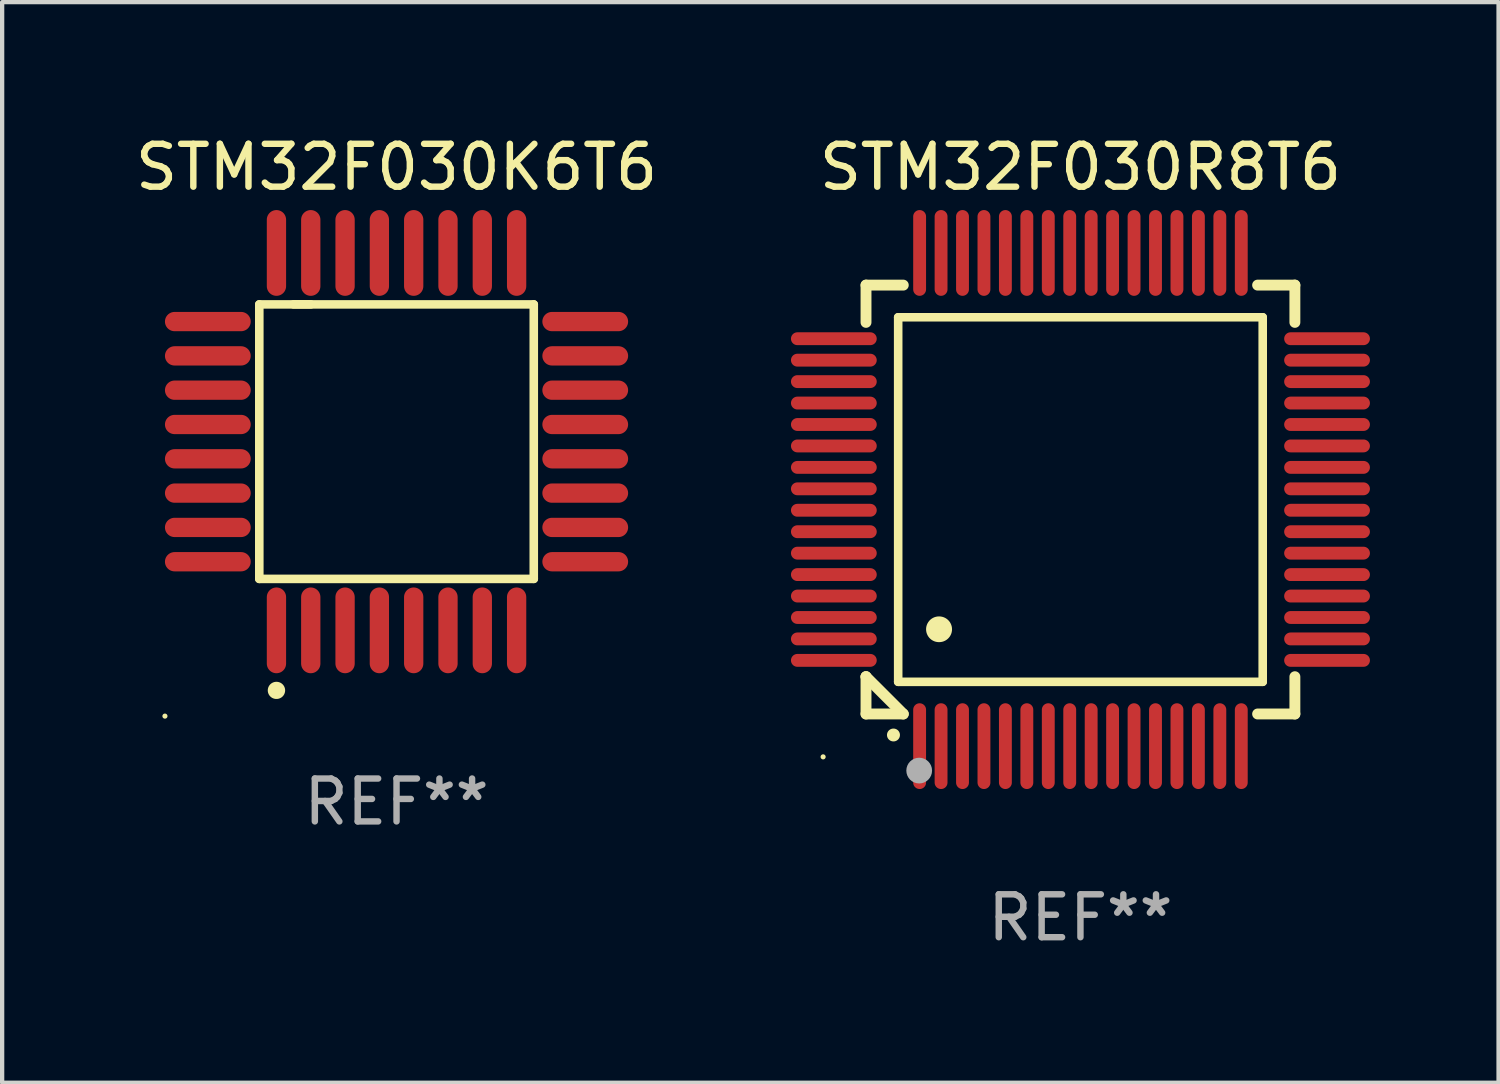
<source format=kicad_pcb>
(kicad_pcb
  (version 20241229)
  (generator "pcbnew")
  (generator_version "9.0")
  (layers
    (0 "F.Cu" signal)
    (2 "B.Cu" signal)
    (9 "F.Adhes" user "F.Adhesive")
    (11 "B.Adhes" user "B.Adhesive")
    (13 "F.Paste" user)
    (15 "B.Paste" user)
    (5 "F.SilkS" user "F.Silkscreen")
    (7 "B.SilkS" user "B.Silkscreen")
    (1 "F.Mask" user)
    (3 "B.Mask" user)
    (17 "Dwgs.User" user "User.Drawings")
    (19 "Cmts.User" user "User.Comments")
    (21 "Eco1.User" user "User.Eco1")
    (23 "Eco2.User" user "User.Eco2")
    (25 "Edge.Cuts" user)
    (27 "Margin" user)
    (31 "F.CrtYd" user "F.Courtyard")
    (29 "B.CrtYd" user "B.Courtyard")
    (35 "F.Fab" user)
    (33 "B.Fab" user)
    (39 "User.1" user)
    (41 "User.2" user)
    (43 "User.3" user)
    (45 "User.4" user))
  (footprint "STM32F030R8T6"
    (layer "F.Cu")
    (at 22.143 8.598)
    (property "Reference" "STM32F030R8T6" (at 0 -7.75 0) (layer "F.SilkS") (effects (font (size 1 1) (thickness 0.15))))
    (attr through_hole)
    (fp_line (start -5 -5) (end -4.131 -5) (stroke (width 0.254) (type solid)) (layer "F.SilkS"))
    (fp_line (start -5 -4.131) (end -5 -5) (stroke (width 0.254) (type solid)) (layer "F.SilkS"))
    (fp_line (start -5 4.131) (end -5 4.131) (stroke (width 0.254) (type solid)) (layer "F.SilkS"))
    (fp_line (start -5 5) (end -5 4.131) (stroke (width 0.254) (type solid)) (layer "F.SilkS"))
    (fp_line (start -5 4.131) (end -4.131 5) (stroke (width 0.254) (type solid)) (layer "F.SilkS"))
    (fp_line (start -4.25 -4.25) (end -4.25 4.25) (stroke (width 0.2) (type solid)) (layer "F.SilkS"))
    (fp_line (start -4.25 4.25) (end 4.25 4.25) (stroke (width 0.2) (type solid)) (layer "F.SilkS"))
    (fp_line (start -4.131 5) (end -5 5) (stroke (width 0.254) (type solid)) (layer "F.SilkS"))
    (fp_line (start 4.25 -4.25) (end -4.25 -4.25) (stroke (width 0.2) (type solid)) (layer "F.SilkS"))
    (fp_line (start 4.25 4.25) (end 4.25 -4.25) (stroke (width 0.2) (type solid)) (layer "F.SilkS"))
    (fp_line (start 5 -5) (end 4.131 -5) (stroke (width 0.254) (type solid)) (layer "F.SilkS"))
    (fp_line (start 5 -5) (end 5 -4.131) (stroke (width 0.254) (type solid)) (layer "F.SilkS"))
    (fp_line (start 5 4.131) (end 5 5) (stroke (width 0.254) (type solid)) (layer "F.SilkS"))
    (fp_line (start 5 5) (end 4.131 5) (stroke (width 0.254) (type solid)) (layer "F.SilkS"))
    (fp_arc (start -4.361265 5.489992) (mid -4.359995 5.489987) (end -4.358725 5.489992) (stroke (width 0.3) (type solid)) (layer "F.SilkS"))
    (fp_arc (start -3.299467 3.025146) (mid -3.296927 3.025135) (end -3.294387 3.025146) (stroke (width 0.6) (type solid)) (layer "F.SilkS"))
    (fp_circle (center -6 6) (end -5.97 6) (stroke (width 0.06) (type solid)) (fill no) (layer "F.SilkS"))
    (fp_circle (center -3.76 6.32) (end -3.61 6.32) (stroke (width 0.3) (type solid)) (fill no) (layer "F.Fab"))
    (fp_text user "REF**" (at 0 9.75 0) (layer "F.Fab") (effects (font (size 1 1) (thickness 0.15))))
    (pad "1" smd oval (at -3.75 5.75) (size 0.3 2) (layers "F.Cu" "F.Mask" "F.Paste"))
    (pad "2" smd oval (at -3.25 5.75) (size 0.3 2) (layers "F.Cu" "F.Mask" "F.Paste"))
    (pad "3" smd oval (at -2.75 5.75) (size 0.3 2) (layers "F.Cu" "F.Mask" "F.Paste"))
    (pad "4" smd oval (at -2.25 5.75) (size 0.3 2) (layers "F.Cu" "F.Mask" "F.Paste"))
    (pad "5" smd oval (at -1.75 5.75) (size 0.3 2) (layers "F.Cu" "F.Mask" "F.Paste"))
    (pad "6" smd oval (at -1.25 5.75) (size 0.3 2) (layers "F.Cu" "F.Mask" "F.Paste"))
    (pad "7" smd oval (at -0.75 5.75) (size 0.3 2) (layers "F.Cu" "F.Mask" "F.Paste"))
    (pad "8" smd oval (at -0.25 5.75) (size 0.3 2) (layers "F.Cu" "F.Mask" "F.Paste"))
    (pad "9" smd oval (at 0.25 5.75) (size 0.3 2) (layers "F.Cu" "F.Mask" "F.Paste"))
    (pad "10" smd oval (at 0.75 5.75) (size 0.3 2) (layers "F.Cu" "F.Mask" "F.Paste"))
    (pad "11" smd oval (at 1.25 5.75) (size 0.3 2) (layers "F.Cu" "F.Mask" "F.Paste"))
    (pad "12" smd oval (at 1.75 5.75) (size 0.3 2) (layers "F.Cu" "F.Mask" "F.Paste"))
    (pad "13" smd oval (at 2.25 5.75) (size 0.3 2) (layers "F.Cu" "F.Mask" "F.Paste"))
    (pad "14" smd oval (at 2.75 5.75) (size 0.3 2) (layers "F.Cu" "F.Mask" "F.Paste"))
    (pad "15" smd oval (at 3.25 5.75) (size 0.3 2) (layers "F.Cu" "F.Mask" "F.Paste"))
    (pad "16" smd oval (at 3.75 5.75) (size 0.3 2) (layers "F.Cu" "F.Mask" "F.Paste"))
    (pad "17" smd oval (at 5.75 3.75) (size 2 0.3) (layers "F.Cu" "F.Mask" "F.Paste"))
    (pad "18" smd oval (at 5.75 3.25) (size 2 0.3) (layers "F.Cu" "F.Mask" "F.Paste"))
    (pad "19" smd oval (at 5.75 2.75) (size 2 0.3) (layers "F.Cu" "F.Mask" "F.Paste"))
    (pad "20" smd oval (at 5.75 2.25) (size 2 0.3) (layers "F.Cu" "F.Mask" "F.Paste"))
    (pad "21" smd oval (at 5.75 1.75) (size 2 0.3) (layers "F.Cu" "F.Mask" "F.Paste"))
    (pad "22" smd oval (at 5.75 1.25) (size 2 0.3) (layers "F.Cu" "F.Mask" "F.Paste"))
    (pad "23" smd oval (at 5.75 0.75) (size 2 0.3) (layers "F.Cu" "F.Mask" "F.Paste"))
    (pad "24" smd oval (at 5.75 0.25) (size 2 0.3) (layers "F.Cu" "F.Mask" "F.Paste"))
    (pad "25" smd oval (at 5.75 -0.25) (size 2 0.3) (layers "F.Cu" "F.Mask" "F.Paste"))
    (pad "26" smd oval (at 5.75 -0.75) (size 2 0.3) (layers "F.Cu" "F.Mask" "F.Paste"))
    (pad "27" smd oval (at 5.75 -1.25) (size 2 0.3) (layers "F.Cu" "F.Mask" "F.Paste"))
    (pad "28" smd oval (at 5.75 -1.75) (size 2 0.3) (layers "F.Cu" "F.Mask" "F.Paste"))
    (pad "29" smd oval (at 5.75 -2.25) (size 2 0.3) (layers "F.Cu" "F.Mask" "F.Paste"))
    (pad "30" smd oval (at 5.75 -2.75) (size 2 0.3) (layers "F.Cu" "F.Mask" "F.Paste"))
    (pad "31" smd oval (at 5.75 -3.25) (size 2 0.3) (layers "F.Cu" "F.Mask" "F.Paste"))
    (pad "32" smd oval (at 5.75 -3.75) (size 2 0.3) (layers "F.Cu" "F.Mask" "F.Paste"))
    (pad "33" smd oval (at 3.75 -5.75) (size 0.3 2) (layers "F.Cu" "F.Mask" "F.Paste"))
    (pad "34" smd oval (at 3.25 -5.75) (size 0.3 2) (layers "F.Cu" "F.Mask" "F.Paste"))
    (pad "35" smd oval (at 2.75 -5.75) (size 0.3 2) (layers "F.Cu" "F.Mask" "F.Paste"))
    (pad "36" smd oval (at 2.25 -5.75) (size 0.3 2) (layers "F.Cu" "F.Mask" "F.Paste"))
    (pad "37" smd oval (at 1.75 -5.75) (size 0.3 2) (layers "F.Cu" "F.Mask" "F.Paste"))
    (pad "38" smd oval (at 1.25 -5.75) (size 0.3 2) (layers "F.Cu" "F.Mask" "F.Paste"))
    (pad "39" smd oval (at 0.75 -5.75) (size 0.3 2) (layers "F.Cu" "F.Mask" "F.Paste"))
    (pad "40" smd oval (at 0.25 -5.75) (size 0.3 2) (layers "F.Cu" "F.Mask" "F.Paste"))
    (pad "41" smd oval (at -0.25 -5.75) (size 0.3 2) (layers "F.Cu" "F.Mask" "F.Paste"))
    (pad "42" smd oval (at -0.75 -5.75) (size 0.3 2) (layers "F.Cu" "F.Mask" "F.Paste"))
    (pad "43" smd oval (at -1.25 -5.75) (size 0.3 2) (layers "F.Cu" "F.Mask" "F.Paste"))
    (pad "44" smd oval (at -1.75 -5.75) (size 0.3 2) (layers "F.Cu" "F.Mask" "F.Paste"))
    (pad "45" smd oval (at -2.25 -5.75) (size 0.3 2) (layers "F.Cu" "F.Mask" "F.Paste"))
    (pad "46" smd oval (at -2.75 -5.75) (size 0.3 2) (layers "F.Cu" "F.Mask" "F.Paste"))
    (pad "47" smd oval (at -3.25 -5.75) (size 0.3 2) (layers "F.Cu" "F.Mask" "F.Paste"))
    (pad "48" smd oval (at -3.75 -5.75) (size 0.3 2) (layers "F.Cu" "F.Mask" "F.Paste"))
    (pad "49" smd oval (at -5.75 -3.75) (size 2 0.3) (layers "F.Cu" "F.Mask" "F.Paste"))
    (pad "50" smd oval (at -5.75 -3.25) (size 2 0.3) (layers "F.Cu" "F.Mask" "F.Paste"))
    (pad "51" smd oval (at -5.75 -2.75) (size 2 0.3) (layers "F.Cu" "F.Mask" "F.Paste"))
    (pad "52" smd oval (at -5.75 -2.25) (size 2 0.3) (layers "F.Cu" "F.Mask" "F.Paste"))
    (pad "53" smd oval (at -5.75 -1.75) (size 2 0.3) (layers "F.Cu" "F.Mask" "F.Paste"))
    (pad "54" smd oval (at -5.75 -1.25) (size 2 0.3) (layers "F.Cu" "F.Mask" "F.Paste"))
    (pad "55" smd oval (at -5.75 -0.75) (size 2 0.3) (layers "F.Cu" "F.Mask" "F.Paste"))
    (pad "56" smd oval (at -5.75 -0.25) (size 2 0.3) (layers "F.Cu" "F.Mask" "F.Paste"))
    (pad "57" smd oval (at -5.75 0.25) (size 2 0.3) (layers "F.Cu" "F.Mask" "F.Paste"))
    (pad "58" smd oval (at -5.75 0.75) (size 2 0.3) (layers "F.Cu" "F.Mask" "F.Paste"))
    (pad "59" smd oval (at -5.75 1.25) (size 2 0.3) (layers "F.Cu" "F.Mask" "F.Paste"))
    (pad "60" smd oval (at -5.75 1.75) (size 2 0.3) (layers "F.Cu" "F.Mask" "F.Paste"))
    (pad "61" smd oval (at -5.75 2.25) (size 2 0.3) (layers "F.Cu" "F.Mask" "F.Paste"))
    (pad "62" smd oval (at -5.75 2.75) (size 2 0.3) (layers "F.Cu" "F.Mask" "F.Paste"))
    (pad "63" smd oval (at -5.75 3.25) (size 2 0.3) (layers "F.Cu" "F.Mask" "F.Paste"))
    (pad "64" smd oval (at -5.75 3.75) (size 2 0.3) (layers "F.Cu" "F.Mask" "F.Paste")))
  (footprint "STM32F030K6T6"
    (layer "F.Cu")
    (at 6.196 7.248)
    (property "Reference" "STM32F030K6T6" (at 0 -6.4 0) (layer "F.SilkS") (effects (font (size 1 1) (thickness 0.15))))
    (attr through_hole)
    (fp_line (start -3.2 -3.2) (end -3.2 3.2) (stroke (width 0.2) (type solid)) (layer "F.SilkS"))
    (fp_line (start -3.2 3.2) (end 3.2 3.2) (stroke (width 0.2) (type solid)) (layer "F.SilkS"))
    (fp_line (start -2 -3.2) (end -3.2 -3.2) (stroke (width 0.2) (type solid)) (layer "F.SilkS"))
    (fp_line (start 3.2 -3.2) (end -2.4 -3.2) (stroke (width 0.2) (type solid)) (layer "F.SilkS"))
    (fp_line (start 3.2 3.2) (end 3.2 -3.2) (stroke (width 0.2) (type solid)) (layer "F.SilkS"))
    (fp_arc (start -2.802464 5.799873) (mid -2.799924 5.799857) (end -2.797384 5.799873) (stroke (width 0.4) (type solid)) (layer "F.SilkS"))
    (fp_circle (center -5.4 6.4) (end -5.37 6.4) (stroke (width 0.06) (type solid)) (fill no) (layer "F.SilkS"))
    (fp_text user "REF**" (at 0 8.4 0) (layer "F.Fab") (effects (font (size 1 1) (thickness 0.15))))
    (pad "1" smd oval (at -2.8 4.4 90) (size 2 0.45) (layers "F.Cu" "F.Mask" "F.Paste"))
    (pad "2" smd oval (at -2 4.4 90) (size 2 0.45) (layers "F.Cu" "F.Mask" "F.Paste"))
    (pad "3" smd oval (at -1.2 4.4 90) (size 2 0.45) (layers "F.Cu" "F.Mask" "F.Paste"))
    (pad "4" smd oval (at -0.4 4.4 90) (size 2 0.45) (layers "F.Cu" "F.Mask" "F.Paste"))
    (pad "5" smd oval (at 0.4 4.4 90) (size 2 0.45) (layers "F.Cu" "F.Mask" "F.Paste"))
    (pad "6" smd oval (at 1.2 4.4 90) (size 2 0.45) (layers "F.Cu" "F.Mask" "F.Paste"))
    (pad "7" smd oval (at 2 4.4 90) (size 2 0.45) (layers "F.Cu" "F.Mask" "F.Paste"))
    (pad "8" smd oval (at 2.8 4.4 90) (size 2 0.45) (layers "F.Cu" "F.Mask" "F.Paste"))
    (pad "9" smd oval (at 4.4 2.8 180) (size 2 0.45) (layers "F.Cu" "F.Mask" "F.Paste"))
    (pad "10" smd oval (at 4.4 2 180) (size 2 0.45) (layers "F.Cu" "F.Mask" "F.Paste"))
    (pad "11" smd oval (at 4.4 1.2 180) (size 2 0.45) (layers "F.Cu" "F.Mask" "F.Paste"))
    (pad "12" smd oval (at 4.4 0.4 180) (size 2 0.45) (layers "F.Cu" "F.Mask" "F.Paste"))
    (pad "13" smd oval (at 4.4 -0.4 180) (size 2 0.45) (layers "F.Cu" "F.Mask" "F.Paste"))
    (pad "14" smd oval (at 4.4 -1.2 180) (size 2 0.45) (layers "F.Cu" "F.Mask" "F.Paste"))
    (pad "15" smd oval (at 4.4 -2 180) (size 2 0.45) (layers "F.Cu" "F.Mask" "F.Paste"))
    (pad "16" smd oval (at 4.4 -2.8 180) (size 2 0.45) (layers "F.Cu" "F.Mask" "F.Paste"))
    (pad "17" smd oval (at 2.8 -4.4 270) (size 2 0.45) (layers "F.Cu" "F.Mask" "F.Paste"))
    (pad "18" smd oval (at 2 -4.4 270) (size 2 0.45) (layers "F.Cu" "F.Mask" "F.Paste"))
    (pad "19" smd oval (at 1.2 -4.4 270) (size 2 0.45) (layers "F.Cu" "F.Mask" "F.Paste"))
    (pad "20" smd oval (at 0.4 -4.4 270) (size 2 0.45) (layers "F.Cu" "F.Mask" "F.Paste"))
    (pad "21" smd oval (at -0.4 -4.4 270) (size 2 0.45) (layers "F.Cu" "F.Mask" "F.Paste"))
    (pad "22" smd oval (at -1.2 -4.4 270) (size 2 0.45) (layers "F.Cu" "F.Mask" "F.Paste"))
    (pad "23" smd oval (at -2 -4.4 270) (size 2 0.45) (layers "F.Cu" "F.Mask" "F.Paste"))
    (pad "24" smd oval (at -2.8 -4.4 270) (size 2 0.45) (layers "F.Cu" "F.Mask" "F.Paste"))
    (pad "25" smd oval (at -4.4 -2.8) (size 2 0.45) (layers "F.Cu" "F.Mask" "F.Paste"))
    (pad "26" smd oval (at -4.4 -2) (size 2 0.45) (layers "F.Cu" "F.Mask" "F.Paste"))
    (pad "27" smd oval (at -4.4 -1.2) (size 2 0.45) (layers "F.Cu" "F.Mask" "F.Paste"))
    (pad "28" smd oval (at -4.4 -0.4) (size 2 0.45) (layers "F.Cu" "F.Mask" "F.Paste"))
    (pad "29" smd oval (at -4.4 0.4) (size 2 0.45) (layers "F.Cu" "F.Mask" "F.Paste"))
    (pad "30" smd oval (at -4.4 1.2) (size 2 0.45) (layers "F.Cu" "F.Mask" "F.Paste"))
    (pad "31" smd oval (at -4.4 2) (size 2 0.45) (layers "F.Cu" "F.Mask" "F.Paste"))
    (pad "32" smd oval (at -4.4 2.8) (size 2 0.45) (layers "F.Cu" "F.Mask" "F.Paste")))
  (gr_rect
    (start -3 -3)
    (end 31.892 22.196)
    (stroke (width 0.1) (type default))
    (fill no)
    (layer "Edge.Cuts")))
</source>
